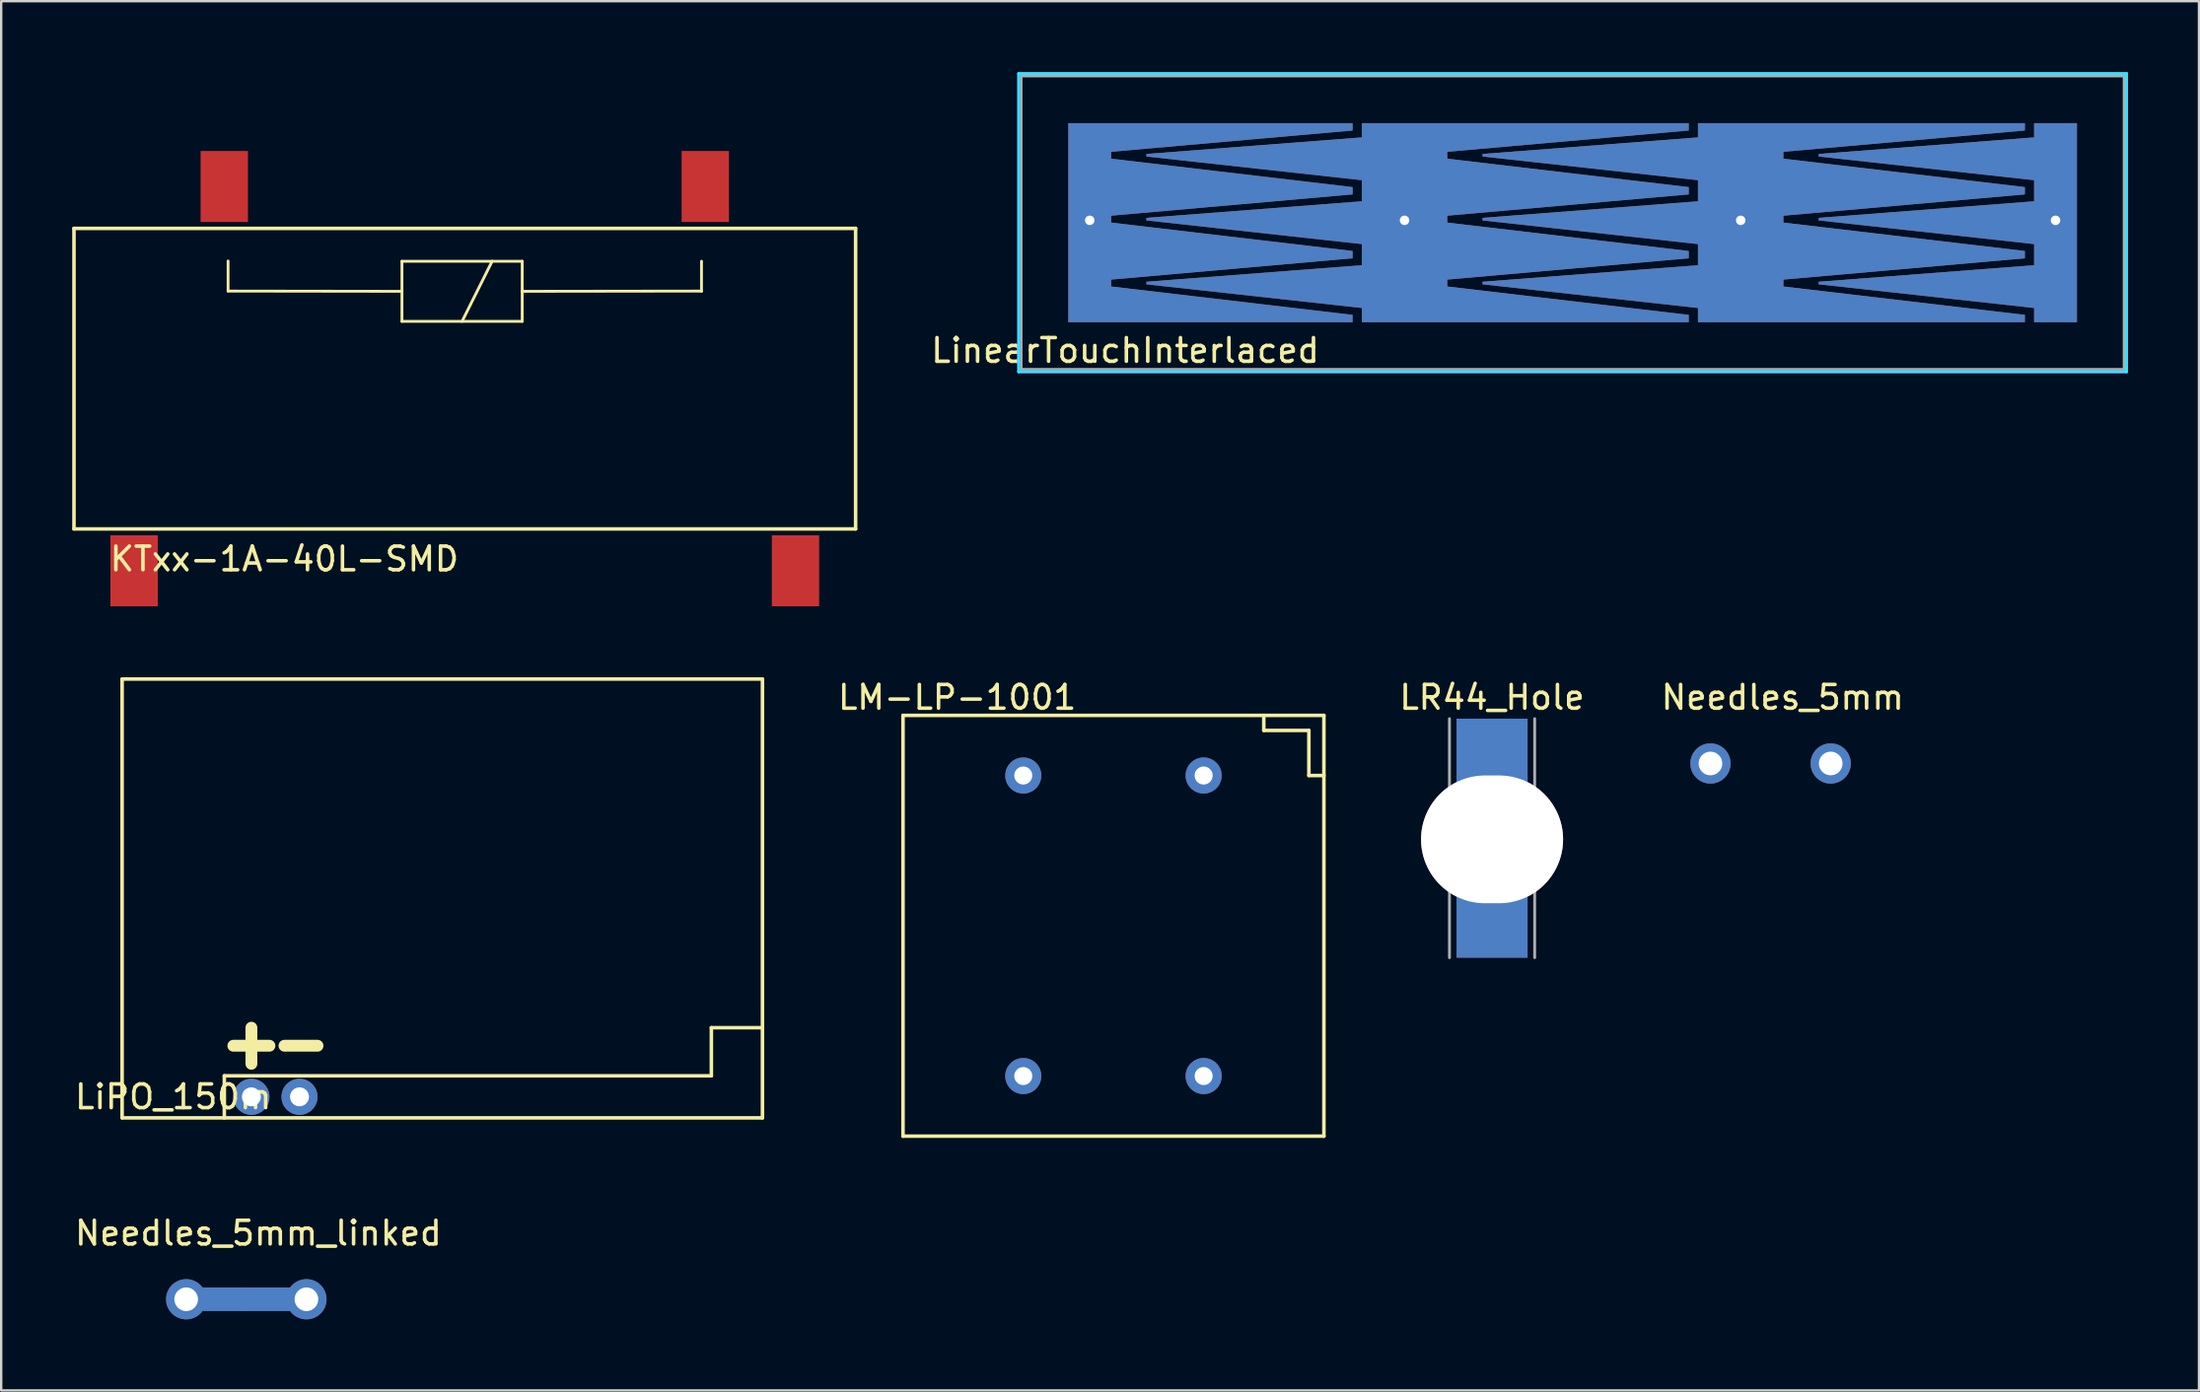
<source format=kicad_pcb>
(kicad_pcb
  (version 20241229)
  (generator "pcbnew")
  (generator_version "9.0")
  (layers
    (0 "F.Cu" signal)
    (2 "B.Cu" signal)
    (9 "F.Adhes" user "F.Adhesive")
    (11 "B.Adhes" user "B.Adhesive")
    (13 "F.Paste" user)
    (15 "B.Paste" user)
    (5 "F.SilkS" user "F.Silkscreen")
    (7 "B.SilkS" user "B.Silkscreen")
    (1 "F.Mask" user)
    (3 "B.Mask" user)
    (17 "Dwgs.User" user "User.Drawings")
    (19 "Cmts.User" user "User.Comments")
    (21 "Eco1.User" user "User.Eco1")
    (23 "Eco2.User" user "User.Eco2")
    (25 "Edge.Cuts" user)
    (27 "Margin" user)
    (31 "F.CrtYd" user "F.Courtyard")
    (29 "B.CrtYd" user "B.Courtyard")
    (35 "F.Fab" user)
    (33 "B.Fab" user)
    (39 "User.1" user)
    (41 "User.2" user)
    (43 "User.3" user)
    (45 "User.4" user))
  (footprint "LM-LP-1001"
    (layer "F.Cu")
    (at 35.098 44.96)
    (property "Reference" "LM-LP-1001" (at 2.286 -18.542 0) (layer "F.SilkS") (effects (font (size 1 1) (thickness 0.15))))
    (attr through_hole)
    (fp_line (start 0 -17.78) (end 17.78 -17.78) (stroke (width 0.15) (type solid)) (layer "F.SilkS"))
    (fp_line (start 0 0) (end 0 -17.78) (stroke (width 0.15) (type solid)) (layer "F.SilkS"))
    (fp_line (start 15.24 -17.78) (end 15.24 -17.145) (stroke (width 0.15) (type solid)) (layer "F.SilkS"))
    (fp_line (start 15.24 -17.145) (end 17.145 -17.145) (stroke (width 0.15) (type solid)) (layer "F.SilkS"))
    (fp_line (start 17.145 -17.145) (end 17.145 -15.24) (stroke (width 0.15) (type solid)) (layer "F.SilkS"))
    (fp_line (start 17.145 -15.24) (end 17.78 -15.24) (stroke (width 0.15) (type solid)) (layer "F.SilkS"))
    (fp_line (start 17.78 -17.78) (end 17.78 0) (stroke (width 0.15) (type solid)) (layer "F.SilkS"))
    (fp_line (start 17.78 0) (end 0 0) (stroke (width 0.15) (type solid)) (layer "F.SilkS"))
    (pad "1" thru_hole circle (at 12.7 -15.24) (size 1.524 1.524) (drill 0.762) (layers "*.Cu" "*.Mask"))
    (pad "4" thru_hole circle (at 5.08 -15.24) (size 1.524 1.524) (drill 0.762) (layers "*.Cu" "*.Mask"))
    (pad "5" thru_hole circle (at 5.08 -2.54) (size 1.524 1.524) (drill 0.762) (layers "*.Cu" "*.Mask"))
    (pad "8" thru_hole circle (at 12.7 -2.54) (size 1.524 1.524) (drill 0.762) (layers "*.Cu" "*.Mask")))
  (footprint "Needles_5mm"
    (layer "F.Cu")
    (at 69.208 29.212)
    (property "Reference" "Needles_5mm" (at 3.048 -2.794 0) (layer "F.SilkS") (effects (font (size 1 1) (thickness 0.15))))
    (attr through_hole)
    (pad "1" thru_hole circle (at 0 0) (size 1.7 1.7) (drill 1) (layers "*.Cu" "F.Mask"))
    (pad "2" thru_hole circle (at 5.08 0) (size 1.7 1.7) (drill 1) (layers "*.Cu" "F.Mask")))
  (footprint "KTxx-1A-40L-SMD"
    (layer "F.Cu")
    (at 16.585 0.25)
    (property "Reference" "KTxx-1A-40L-SMD" (at -7.62 20.32 0) (layer "F.SilkS") (effects (font (size 1 1) (thickness 0.15))))
    (attr through_hole)
    (fp_line (start -16.51 6.35) (end 16.51 6.35) (stroke (width 0.15) (type solid)) (layer "F.SilkS"))
    (fp_line (start -16.51 19.05) (end -16.51 6.35) (stroke (width 0.15) (type solid)) (layer "F.SilkS"))
    (fp_line (start -10 9) (end -10 7.73) (stroke (width 0.12) (type solid)) (layer "F.SilkS"))
    (fp_line (start -2.655 7.74) (end 2.425 7.74) (stroke (width 0.12) (type solid)) (layer "F.SilkS"))
    (fp_line (start -2.655 9.01) (end -10 9) (stroke (width 0.12) (type solid)) (layer "F.SilkS"))
    (fp_line (start -2.655 10.28) (end -2.655 7.74) (stroke (width 0.12) (type solid)) (layer "F.SilkS"))
    (fp_line (start 1.155 7.74) (end -0.115 10.28) (stroke (width 0.12) (type solid)) (layer "F.SilkS"))
    (fp_line (start 2.425 7.74) (end 2.425 9.01) (stroke (width 0.12) (type solid)) (layer "F.SilkS"))
    (fp_line (start 2.425 9.01) (end 2.425 10.28) (stroke (width 0.12) (type solid)) (layer "F.SilkS"))
    (fp_line (start 2.425 10.28) (end -2.655 10.28) (stroke (width 0.12) (type solid)) (layer "F.SilkS"))
    (fp_line (start 10 7.74) (end 10 9.01) (stroke (width 0.12) (type solid)) (layer "F.SilkS"))
    (fp_line (start 10 9) (end 2.425 9.01) (stroke (width 0.12) (type solid)) (layer "F.SilkS"))
    (fp_line (start 16.51 6.35) (end 16.51 19.05) (stroke (width 0.15) (type solid)) (layer "F.SilkS"))
    (fp_line (start 16.51 19.05) (end -16.51 19.05) (stroke (width 0.15) (type solid)) (layer "F.SilkS"))
    (pad "A1" smd rect (at -10.16 5.08 180) (size 2 3) (drill (offset 0 0.5)) (layers "F.Cu" "F.Mask" "F.Paste"))
    (pad "A2" smd rect (at 10.16 5.08 180) (size 2 3) (drill (offset 0 0.5)) (layers "F.Cu" "F.Mask" "F.Paste"))
    (pad "C" smd rect (at -13.97 20.32) (size 2 3) (drill (offset 0 0.5)) (layers "F.Cu" "F.Mask" "F.Paste"))
    (pad "NO" smd rect (at 13.97 20.32) (size 2 3) (drill (offset 0 0.5)) (layers "F.Cu" "F.Mask" "F.Paste")))
  (footprint "LinearTouchInterlaced"
    (layer "F.Cu")
    (at 42.085 10.56)
    (property "Reference" "LinearTouchInterlaced" (at 2.4 1.2 0) (layer "F.SilkS") (effects (font (size 1 1) (thickness 0.15))))
    (attr through_hole)
    (fp_poly (pts (xy 1.4 -3.8) (xy 0.4 -3.8) (xy 0.4 -4.8) (xy 1.4 -4.8)) (stroke (width 0.1) (type solid)) (fill yes) (layer "B.Cu"))
    (fp_poly (pts (xy 14.7 -3.8) (xy 13.7 -3.8) (xy 13.7 -4.8) (xy 14.7 -4.8)) (stroke (width 0.1) (type solid)) (fill yes) (layer "B.Cu"))
    (fp_poly (pts (xy 28.9 -3.8) (xy 27.9 -3.8) (xy 27.9 -4.8) (xy 28.9 -4.8)) (stroke (width 0.1) (type solid)) (fill yes) (layer "B.Cu"))
    (fp_poly (pts (xy 42.2 -3.8) (xy 41.2 -3.8) (xy 41.2 -4.8) (xy 42.2 -4.8)) (stroke (width 0.1) (type solid)) (fill yes) (layer "B.Cu"))
    (fp_line (start -2.1 -10.5) (end 44.7 -10.5) (stroke (width 0.12) (type solid)) (layer "B.CrtYd"))
    (fp_line (start -2.1 2.1) (end -2.1 -10.5) (stroke (width 0.12) (type solid)) (layer "B.CrtYd"))
    (fp_line (start 44.7 -10.5) (end 44.7 2.1) (stroke (width 0.12) (type solid)) (layer "B.CrtYd"))
    (fp_line (start 44.7 2.1) (end -2.1 2.1) (stroke (width 0.12) (type solid)) (layer "B.CrtYd"))
    (fp_line (start -2.1 -10.5) (end 44.7 -10.5) (stroke (width 0.12) (type solid)) (layer "F.CrtYd"))
    (fp_line (start -2.1 2.1) (end -2.1 -10.5) (stroke (width 0.12) (type solid)) (layer "F.CrtYd"))
    (fp_line (start 44.7 -10.5) (end 44.7 2.1) (stroke (width 0.12) (type solid)) (layer "F.CrtYd"))
    (fp_line (start 44.7 2.1) (end -2.1 2.1) (stroke (width 0.12) (type solid)) (layer "F.CrtYd"))
    (fp_line (start -2 -10.4) (end 44.6 -10.4) (stroke (width 0.12) (type solid)) (layer "F.Fab"))
    (fp_line (start -2 2) (end -2 -10.4) (stroke (width 0.12) (type solid)) (layer "F.Fab"))
    (fp_line (start 44.6 -10.4) (end 44.6 2) (stroke (width 0.12) (type solid)) (layer "F.Fab"))
    (fp_line (start 44.6 2) (end -2 2) (stroke (width 0.12) (type solid)) (layer "F.Fab"))
    (pad "1" thru_hole custom (at 0.9 -4.3) (size 0.8 0.8) (drill 0.4) (layers "F.Cu") (options (anchor circle)) (primitives (gr_poly (pts (xy 11.1 -3.8) (xy 0.9 -2.9) (xy 0.9 -2.6) (xy 11.1 -1.4) (xy 11.1 -1.1) (xy 0.9 -0.2) (xy 0.9 0.1) (xy 11.1 1.3) (xy 11.1 1.6) (xy 0.9 2.5) (xy 0.9 2.8) (xy 11.1 4) (xy 11.1 4.3) (xy -0.9 4.3) (xy -0.9 -4.1) (xy 11.1 -4.1)) (width 0.01) (fill yes))))
    (pad "1" thru_hole custom (at 41.7 -4.3) (size 0.8 0.8) (drill 0.4) (layers "F.Cu") (options (anchor circle)) (primitives (gr_poly (pts (xy -0.9 3.7) (xy -10 2.7) (xy -10 2.6) (xy -0.9 1.9) (xy -0.9 1) (xy -10 0) (xy -10 -0.1) (xy -0.9 -0.8) (xy -0.9 -1.7) (xy -10 -2.7) (xy -10 -2.8) (xy -0.9 -3.5) (xy -0.9 -4.1) (xy 0.9 -4.1) (xy 0.9 4.3) (xy -0.9 4.3)) (width 0.01) (fill yes))))
    (pad "2" thru_hole custom (at 14.2 -4.3) (size 0.8 0.8) (drill 0.4) (layers "F.Cu") (options (anchor circle)) (primitives (gr_poly (pts (xy -1.8 3.7) (xy -10.9 2.7) (xy -10.9 2.6) (xy -1.8 1.9) (xy -1.8 1) (xy -10.9 0) (xy -10.9 -0.1) (xy -1.8 -0.8) (xy -1.8 -1.7) (xy -10.9 -2.7) (xy -10.9 -2.8) (xy -1.8 -3.5) (xy -1.8 -4.1) (xy 0 -4.1) (xy 0 4.3) (xy -1.8 4.3)) (width 0.01) (fill yes)) (gr_poly (pts (xy 12 -3.8) (xy 1.8 -2.9) (xy 1.8 -2.6) (xy 12 -1.4) (xy 12 -1.1) (xy 1.8 -0.2) (xy 1.8 0.1) (xy 12 1.3) (xy 12 1.6) (xy 1.8 2.5) (xy 1.8 2.8) (xy 12 4) (xy 12 4.3) (xy 0 4.3) (xy 0 -4.1) (xy 12 -4.1)) (width 0.01) (fill yes))))
    (pad "3" thru_hole custom (at 28.4 -4.3) (size 0.8 0.8) (drill 0.4) (layers "F.Cu") (options (anchor circle)) (primitives (gr_poly (pts (xy -1.8 3.7) (xy -10.9 2.7) (xy -10.9 2.6) (xy -1.8 1.9) (xy -1.8 1) (xy -10.9 0) (xy -10.9 -0.1) (xy -1.8 -0.8) (xy -1.8 -1.7) (xy -10.9 -2.7) (xy -10.9 -2.8) (xy -1.8 -3.5) (xy -1.8 -4.1) (xy 0 -4.1) (xy 0 4.3) (xy -1.8 4.3)) (width 0.01) (fill yes)) (gr_poly (pts (xy 12 -3.8) (xy 1.8 -2.9) (xy 1.8 -2.6) (xy 12 -1.4) (xy 12 -1.1) (xy 1.8 -0.2) (xy 1.8 0.1) (xy 12 1.3) (xy 12 1.6) (xy 1.8 2.5) (xy 1.8 2.8) (xy 12 4) (xy 12 4.3) (xy 0 4.3) (xy 0 -4.1) (xy 12 -4.1)) (width 0.01) (fill yes)))))
  (footprint "LiPO_150m"
    (layer "F.Cu")
    (at 2.109 44.187)
    (property "Reference" "LiPO_150m" (at 2.159 -0.889 0) (layer "F.SilkS") (effects (font (size 1 1) (thickness 0.15))))
    (attr through_hole)
    (fp_line (start 0 -18.542) (end 27.051 -18.542) (stroke (width 0.15) (type solid)) (layer "F.SilkS"))
    (fp_line (start 0 0) (end 0 -18.542) (stroke (width 0.15) (type solid)) (layer "F.SilkS"))
    (fp_line (start 4.318 -1.778) (end 4.318 0) (stroke (width 0.15) (type solid)) (layer "F.SilkS"))
    (fp_line (start 4.318 -1.778) (end 24.892 -1.778) (stroke (width 0.15) (type solid)) (layer "F.SilkS"))
    (fp_line (start 5.461 -2.286) (end 5.461 -3.81) (stroke (width 0.5) (type solid)) (layer "F.SilkS"))
    (fp_line (start 6.223 -3.048) (end 4.699 -3.048) (stroke (width 0.5) (type solid)) (layer "F.SilkS"))
    (fp_line (start 8.255 -3.048) (end 6.858 -3.048) (stroke (width 0.5) (type solid)) (layer "F.SilkS"))
    (fp_line (start 24.892 -3.81) (end 27.051 -3.81) (stroke (width 0.15) (type solid)) (layer "F.SilkS"))
    (fp_line (start 24.892 -1.778) (end 24.892 -3.81) (stroke (width 0.15) (type solid)) (layer "F.SilkS"))
    (fp_line (start 27.051 -18.542) (end 27.051 0) (stroke (width 0.15) (type solid)) (layer "F.SilkS"))
    (fp_line (start 27.051 0) (end 0 0) (stroke (width 0.15) (type solid)) (layer "F.SilkS"))
    (pad "1" thru_hole circle (at 5.461 -0.889 90) (size 1.524 1.524) (drill 0.8) (layers "*.Cu" "*.Mask"))
    (pad "2" thru_hole circle (at 7.493 -0.889 90) (size 1.524 1.524) (drill 0.8) (layers "*.Cu" "*.Mask")))
  (footprint "LR44_Hole"
    (layer "F.Cu")
    (at 59.982 32.418)
    (property "Reference" "LR44_Hole" (at 0 -6 0) (layer "F.SilkS") (effects (font (size 1 1) (thickness 0.15))))
    (attr through_hole)
    (fp_line (start -1.8 5) (end -1.8 -5.1) (stroke (width 0.12) (type solid)) (layer "F.Fab"))
    (fp_line (start 1.8 5) (end 1.8 -5.1) (stroke (width 0.12) (type solid)) (layer "F.Fab"))
    (pad "" thru_hole oval (at 0 0) (size 6 5.4) (drill oval 6 5.4) (layers "*.Cu"))
    (pad "1" smd rect (at 0 2.5) (size 3 5) (layers "F.Cu"))
    (pad "1" smd rect (at 0 2.5) (size 3 5) (layers "B.Cu"))
    (pad "2" smd rect (at 0 -2.6) (size 3 5) (layers "F.Cu"))
    (pad "2" smd rect (at 0 -2.6) (size 3 5) (layers "B.Cu")))
  (footprint "Needles_5mm_linked"
    (layer "F.Cu")
    (at 4.815 51.852)
    (property "Reference" "Needles_5mm_linked" (at 3.048 -2.794 0) (layer "F.SilkS") (effects (font (size 1 1) (thickness 0.15))))
    (attr through_hole)
    (pad "1" thru_hole circle (at 0 0) (size 1.7 1.7) (drill 1) (layers "*.Cu" "F.Mask"))
    (pad "1" smd rect (at 1.27 0) (size 2.6 1) (layers "B.Cu"))
    (pad "2" smd rect (at 3.81 0) (size 2.6 1) (layers "B.Cu"))
    (pad "2" thru_hole circle (at 5.08 0) (size 1.7 1.7) (drill 1) (layers "*.Cu" "F.Mask")))
  (gr_rect
    (start -3 -3)
    (end 89.845 55.703)
    (stroke (width 0.1) (type default))
    (fill no)
    (layer "Edge.Cuts")))
</source>
